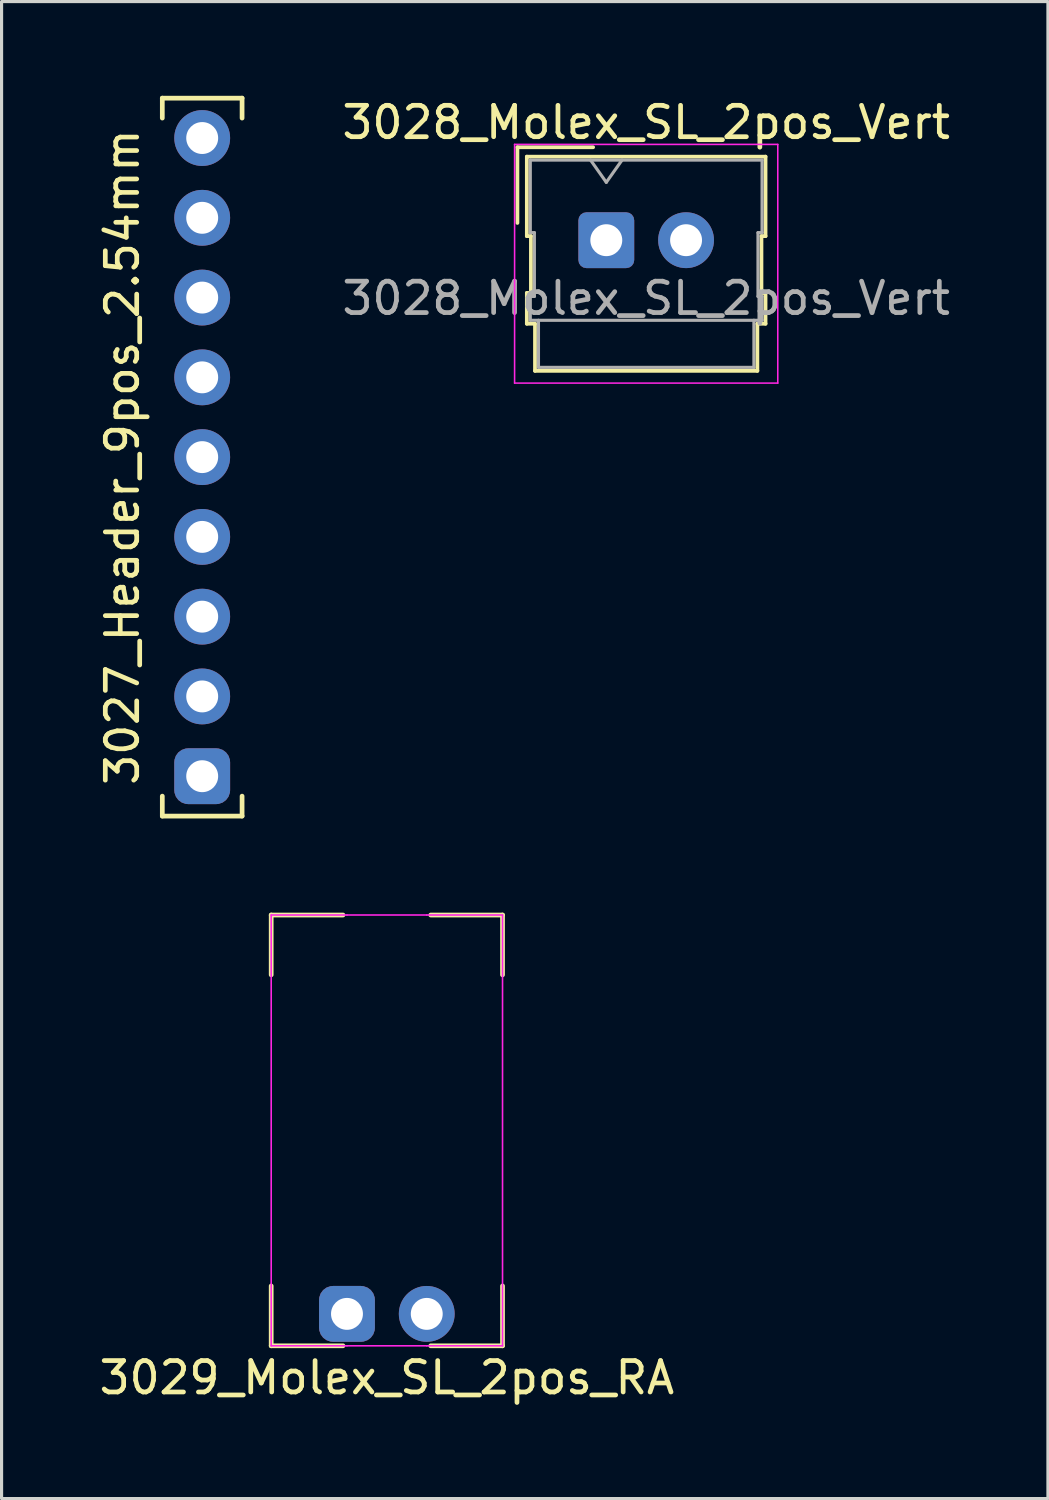
<source format=kicad_pcb>
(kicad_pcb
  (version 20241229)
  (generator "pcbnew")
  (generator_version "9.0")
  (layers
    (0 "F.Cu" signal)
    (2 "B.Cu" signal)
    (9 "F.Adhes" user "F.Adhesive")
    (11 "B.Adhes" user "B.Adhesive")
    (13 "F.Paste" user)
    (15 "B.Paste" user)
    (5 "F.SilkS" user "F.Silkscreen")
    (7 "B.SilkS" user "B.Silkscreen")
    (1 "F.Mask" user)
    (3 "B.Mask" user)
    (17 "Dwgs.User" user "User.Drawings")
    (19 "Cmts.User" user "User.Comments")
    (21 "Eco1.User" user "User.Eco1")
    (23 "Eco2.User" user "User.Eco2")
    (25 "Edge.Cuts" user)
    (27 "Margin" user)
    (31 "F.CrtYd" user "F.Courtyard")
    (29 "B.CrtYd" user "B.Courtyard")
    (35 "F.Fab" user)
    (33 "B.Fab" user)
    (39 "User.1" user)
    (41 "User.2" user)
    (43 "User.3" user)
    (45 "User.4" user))
  (footprint "3029_Molex_SL_2pos_RA"
    (layer "F.Cu")
    (at 9.268 38.785)
    (property "Reference" "3029_Molex_SL_2pos_RA" (at 0 2.032 0) (layer "F.SilkS") (effects (font (size 1 1) (thickness 0.15))))
    (attr through_hole)
    (fp_line (start -3.683 -12.7) (end -3.683 -10.795) (stroke (width 0.15) (type solid)) (layer "F.SilkS"))
    (fp_line (start -3.683 1.016) (end -3.683 -0.889) (stroke (width 0.15) (type solid)) (layer "F.SilkS"))
    (fp_line (start -3.683 1.016) (end -1.397 1.016) (stroke (width 0.15) (type solid)) (layer "F.SilkS"))
    (fp_line (start -1.397 -12.7) (end -3.683 -12.7) (stroke (width 0.15) (type solid)) (layer "F.SilkS"))
    (fp_line (start 3.683 -12.7) (end 1.397 -12.7) (stroke (width 0.15) (type solid)) (layer "F.SilkS"))
    (fp_line (start 3.683 -10.795) (end 3.683 -12.7) (stroke (width 0.15) (type solid)) (layer "F.SilkS"))
    (fp_line (start 3.683 1.016) (end 1.397 1.016) (stroke (width 0.15) (type solid)) (layer "F.SilkS"))
    (fp_line (start 3.683 1.016) (end 3.683 -0.889) (stroke (width 0.15) (type solid)) (layer "F.SilkS"))
    (fp_line (start -3.683 -12.7) (end -1.27 -12.7) (stroke (width 0.051) (type solid)) (layer "F.CrtYd"))
    (fp_line (start -3.683 1.016) (end -3.683 -12.7) (stroke (width 0.051) (type solid)) (layer "F.CrtYd"))
    (fp_line (start -1.27 -12.7) (end 1.27 -12.7) (stroke (width 0.051) (type solid)) (layer "F.CrtYd"))
    (fp_line (start -1.27 1.016) (end -3.683 1.016) (stroke (width 0.051) (type solid)) (layer "F.CrtYd"))
    (fp_line (start -1.27 1.016) (end 1.27 1.016) (stroke (width 0.051) (type solid)) (layer "F.CrtYd"))
    (fp_line (start 1.27 -12.7) (end 3.683 -12.7) (stroke (width 0.051) (type solid)) (layer "F.CrtYd"))
    (fp_line (start 3.683 -12.7) (end 3.683 1.016) (stroke (width 0.051) (type solid)) (layer "F.CrtYd"))
    (fp_line (start 3.683 1.016) (end 1.27 1.016) (stroke (width 0.051) (type solid)) (layer "F.CrtYd"))
    (pad "1" thru_hole roundrect (at -1.27 0) (size 1.778 1.778) (drill 1.016) (layers "*.Cu" "*.Mask") (roundrect_rratio 0.25))
    (pad "2" thru_hole circle (at 1.27 0) (size 1.778 1.778) (drill 1.016) (layers "*.Cu" "*.Mask")))
  (footprint "3028_Molex_SL_2pos_Vert"
    (layer "F.Cu")
    (at 16.255 4.598)
    (property "Reference" "3028_Molex_SL_2pos_Vert" (at 1.27 -3.75 0) (layer "F.SilkS") (effects (font (size 1 1) (thickness 0.15))))
    (attr through_hole)
    (fp_line (start -2.83 -2.96) (end -0.42 -2.96) (stroke (width 0.12) (type solid)) (layer "F.SilkS"))
    (fp_line (start -2.83 -0.55) (end -2.83 -2.96) (stroke (width 0.12) (type solid)) (layer "F.SilkS"))
    (fp_line (start -2.53 -2.66) (end -2.53 -0.13) (stroke (width 0.12) (type solid)) (layer "F.SilkS"))
    (fp_line (start -2.53 -0.13) (end -2.4 -0.13) (stroke (width 0.12) (type solid)) (layer "F.SilkS"))
    (fp_line (start -2.53 1.68) (end -2.53 2.66) (stroke (width 0.12) (type solid)) (layer "F.SilkS"))
    (fp_line (start -2.53 2.66) (end -2.27 2.66) (stroke (width 0.12) (type solid)) (layer "F.SilkS"))
    (fp_line (start -2.4 -0.13) (end -2.4 1.68) (stroke (width 0.12) (type solid)) (layer "F.SilkS"))
    (fp_line (start -2.4 1.68) (end -2.53 1.68) (stroke (width 0.12) (type solid)) (layer "F.SilkS"))
    (fp_line (start -2.27 2.66) (end -2.27 4.16) (stroke (width 0.12) (type solid)) (layer "F.SilkS"))
    (fp_line (start -2.27 4.16) (end 4.81 4.16) (stroke (width 0.12) (type solid)) (layer "F.SilkS"))
    (fp_line (start 4.81 2.66) (end 5.07 2.66) (stroke (width 0.12) (type solid)) (layer "F.SilkS"))
    (fp_line (start 4.81 4.16) (end 4.81 2.66) (stroke (width 0.12) (type solid)) (layer "F.SilkS"))
    (fp_line (start 4.94 -0.13) (end 5.07 -0.13) (stroke (width 0.12) (type solid)) (layer "F.SilkS"))
    (fp_line (start 4.94 1.68) (end 4.94 -0.13) (stroke (width 0.12) (type solid)) (layer "F.SilkS"))
    (fp_line (start 5.07 -2.66) (end -2.53 -2.66) (stroke (width 0.12) (type solid)) (layer "F.SilkS"))
    (fp_line (start 5.07 -0.13) (end 5.07 -2.66) (stroke (width 0.12) (type solid)) (layer "F.SilkS"))
    (fp_line (start 5.07 1.68) (end 4.94 1.68) (stroke (width 0.12) (type solid)) (layer "F.SilkS"))
    (fp_line (start 5.07 2.66) (end 5.07 1.68) (stroke (width 0.12) (type solid)) (layer "F.SilkS"))
    (fp_line (start -2.92 -3.05) (end -2.92 4.55) (stroke (width 0.05) (type solid)) (layer "F.CrtYd"))
    (fp_line (start -2.92 4.55) (end 5.46 4.55) (stroke (width 0.05) (type solid)) (layer "F.CrtYd"))
    (fp_line (start 5.46 -3.05) (end -2.92 -3.05) (stroke (width 0.05) (type solid)) (layer "F.CrtYd"))
    (fp_line (start 5.46 4.55) (end 5.46 -3.05) (stroke (width 0.05) (type solid)) (layer "F.CrtYd"))
    (fp_line (start -2.42 -2.55) (end -2.42 -0.24) (stroke (width 0.1) (type solid)) (layer "F.Fab"))
    (fp_line (start -2.42 -0.24) (end -2.29 -0.24) (stroke (width 0.1) (type solid)) (layer "F.Fab"))
    (fp_line (start -2.42 1.79) (end -2.42 2.55) (stroke (width 0.1) (type solid)) (layer "F.Fab"))
    (fp_line (start -2.42 2.55) (end 4.96 2.55) (stroke (width 0.1) (type solid)) (layer "F.Fab"))
    (fp_line (start -2.29 -0.24) (end -2.29 1.79) (stroke (width 0.1) (type solid)) (layer "F.Fab"))
    (fp_line (start -2.29 1.79) (end -2.42 1.79) (stroke (width 0.1) (type solid)) (layer "F.Fab"))
    (fp_line (start -2.16 2.55) (end -2.16 4.05) (stroke (width 0.1) (type solid)) (layer "F.Fab"))
    (fp_line (start -2.16 4.05) (end 4.7 4.05) (stroke (width 0.1) (type solid)) (layer "F.Fab"))
    (fp_line (start 0 -1.843) (end -0.5 -2.55) (stroke (width 0.1) (type solid)) (layer "F.Fab"))
    (fp_line (start 0.5 -2.55) (end 0 -1.843) (stroke (width 0.1) (type solid)) (layer "F.Fab"))
    (fp_line (start 4.7 4.05) (end 4.7 2.55) (stroke (width 0.1) (type solid)) (layer "F.Fab"))
    (fp_line (start 4.83 -0.24) (end 4.96 -0.24) (stroke (width 0.1) (type solid)) (layer "F.Fab"))
    (fp_line (start 4.83 1.79) (end 4.83 -0.24) (stroke (width 0.1) (type solid)) (layer "F.Fab"))
    (fp_line (start 4.96 -2.55) (end -2.42 -2.55) (stroke (width 0.1) (type solid)) (layer "F.Fab"))
    (fp_line (start 4.96 -0.24) (end 4.96 -2.55) (stroke (width 0.1) (type solid)) (layer "F.Fab"))
    (fp_line (start 4.96 1.79) (end 4.83 1.79) (stroke (width 0.1) (type solid)) (layer "F.Fab"))
    (fp_line (start 4.96 2.55) (end 4.96 1.79) (stroke (width 0.1) (type solid)) (layer "F.Fab"))
    (fp_text user "${REFERENCE}" (at 1.27 1.85 0) (layer "F.Fab") (effects (font (size 1 1) (thickness 0.15))))
    (pad "1" thru_hole roundrect (at 0 0) (size 1.778 1.778) (drill 1.016) (layers "*.Cu" "*.Mask") (roundrect_rratio 0.144))
    (pad "2" thru_hole circle (at 2.54 0) (size 1.778 1.778) (drill 1.016) (layers "*.Cu" "*.Mask")))
  (footprint "3027_Header_9pos_2.54mm"
    (layer "F.Cu")
    (at 3.388 11.505)
    (property "Reference" "3027_Header_9pos_2.54mm" (at -2.54 0 90) (layer "F.SilkS") (effects (font (size 1 1) (thickness 0.15))))
    (attr through_hole)
    (fp_line (start -1.27 -11.43) (end 1.27 -11.43) (stroke (width 0.15) (type solid)) (layer "F.SilkS"))
    (fp_line (start -1.27 -10.795) (end -1.27 -11.43) (stroke (width 0.15) (type solid)) (layer "F.SilkS"))
    (fp_line (start -1.27 10.795) (end -1.27 11.43) (stroke (width 0.15) (type solid)) (layer "F.SilkS"))
    (fp_line (start -1.27 11.43) (end 1.27 11.43) (stroke (width 0.15) (type solid)) (layer "F.SilkS"))
    (fp_line (start 1.27 -11.43) (end 1.27 -10.795) (stroke (width 0.15) (type solid)) (layer "F.SilkS"))
    (fp_line (start 1.27 11.43) (end 1.27 10.795) (stroke (width 0.15) (type solid)) (layer "F.SilkS"))
    (pad "1" thru_hole roundrect (at 0 10.16 180) (size 1.778 1.778) (drill 1.016) (layers "*.Cu" "*.Mask") (roundrect_rratio 0.25))
    (pad "2" thru_hole circle (at 0 7.62 180) (size 1.778 1.778) (drill 1.016) (layers "*.Cu" "*.Mask"))
    (pad "3" thru_hole circle (at 0 5.08 180) (size 1.778 1.778) (drill 1.016) (layers "*.Cu" "*.Mask"))
    (pad "4" thru_hole circle (at 0 2.54 180) (size 1.778 1.778) (drill 1.016) (layers "*.Cu" "*.Mask"))
    (pad "5" thru_hole circle (at 0 0 180) (size 1.778 1.778) (drill 1.016) (layers "*.Cu" "*.Mask"))
    (pad "6" thru_hole circle (at 0 -2.54 180) (size 1.778 1.778) (drill 1.016) (layers "*.Cu" "*.Mask"))
    (pad "7" thru_hole circle (at 0 -5.08 180) (size 1.778 1.778) (drill 1.016) (layers "*.Cu" "*.Mask"))
    (pad "8" thru_hole circle (at 0 -7.62 180) (size 1.778 1.778) (drill 1.016) (layers "*.Cu" "*.Mask"))
    (pad "9" thru_hole circle (at 0 -10.16 180) (size 1.778 1.778) (drill 1.016) (layers "*.Cu" "*.Mask")))
  (gr_rect
    (start -3 -3)
    (end 30.317 44.665)
    (stroke (width 0.1) (type default))
    (fill no)
    (layer "Edge.Cuts")))
</source>
